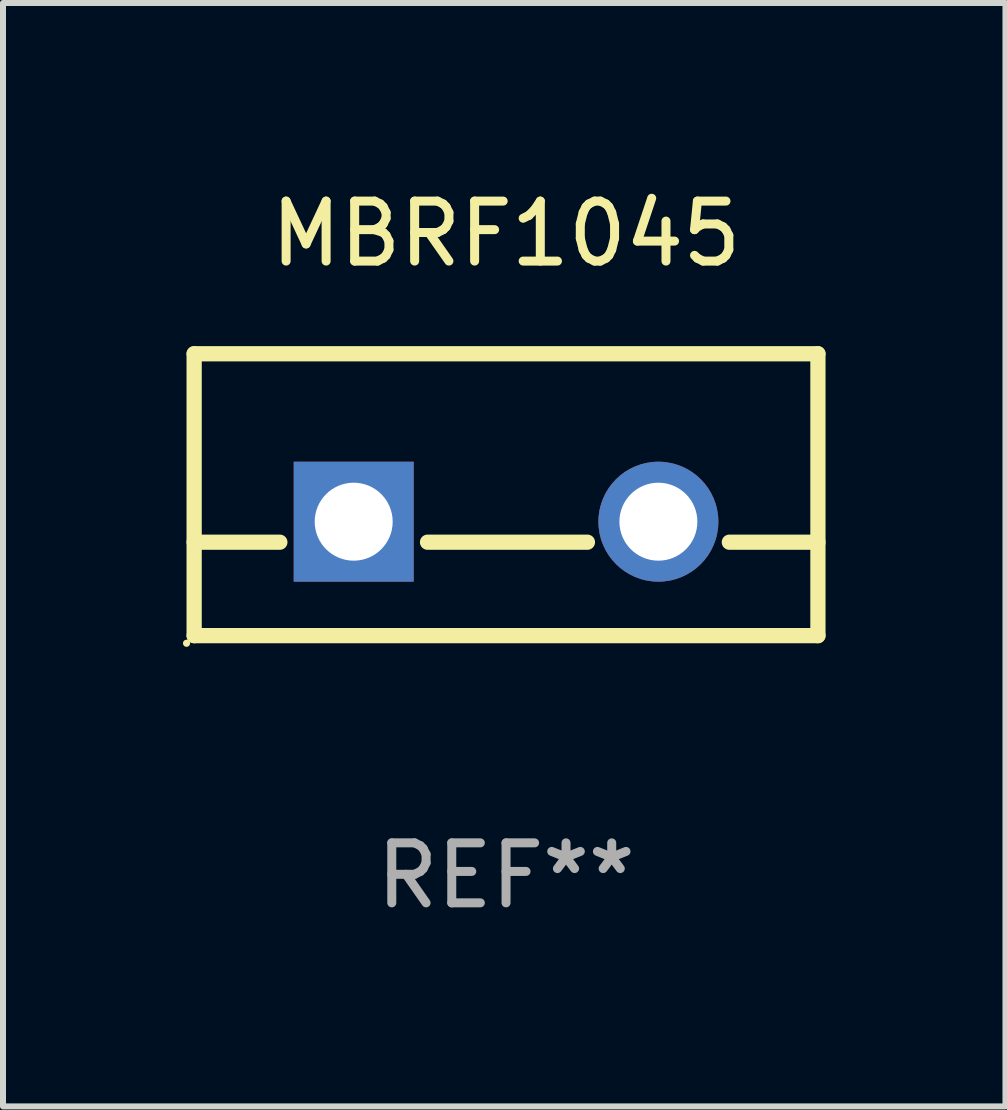
<source format=kicad_pcb>
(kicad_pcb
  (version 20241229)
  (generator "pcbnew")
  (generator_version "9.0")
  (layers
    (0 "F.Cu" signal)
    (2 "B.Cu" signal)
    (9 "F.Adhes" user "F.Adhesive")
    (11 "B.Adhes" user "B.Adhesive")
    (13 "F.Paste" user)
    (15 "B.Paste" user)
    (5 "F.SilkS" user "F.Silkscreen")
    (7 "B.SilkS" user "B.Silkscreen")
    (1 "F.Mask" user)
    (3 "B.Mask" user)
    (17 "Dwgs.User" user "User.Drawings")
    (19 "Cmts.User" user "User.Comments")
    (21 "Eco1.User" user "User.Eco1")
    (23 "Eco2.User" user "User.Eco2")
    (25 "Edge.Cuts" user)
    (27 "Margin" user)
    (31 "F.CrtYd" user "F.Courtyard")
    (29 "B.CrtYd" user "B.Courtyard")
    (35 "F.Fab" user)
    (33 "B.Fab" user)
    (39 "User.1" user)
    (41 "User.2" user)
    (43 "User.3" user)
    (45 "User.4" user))
  (footprint "MBRF1045"
    (layer "F.Cu")
    (at 5.387 5.198)
    (property "Reference" "MBRF1045" (at 0 -4.35 0) (layer "F.SilkS") (effects (font (size 1 1) (thickness 0.15))))
    (attr through_hole)
    (fp_line (start -5.2 -2.35) (end -5.2 2.35) (stroke (width 0.254) (type solid)) (layer "F.SilkS"))
    (fp_line (start -5.2 -2.35) (end 5.2 -2.35) (stroke (width 0.254) (type solid)) (layer "F.SilkS"))
    (fp_line (start -5.2 0.792) (end -3.771 0.792) (stroke (width 0.254) (type solid)) (layer "F.SilkS"))
    (fp_line (start -5.2 2.35) (end 5.2 2.35) (stroke (width 0.254) (type solid)) (layer "F.SilkS"))
    (fp_line (start -1.309 0.792) (end 1.357 0.792) (stroke (width 0.254) (type solid)) (layer "F.SilkS"))
    (fp_line (start 3.723 0.792) (end 5.2 0.792) (stroke (width 0.254) (type solid)) (layer "F.SilkS"))
    (fp_line (start 5.2 -2.35) (end 5.2 2.35) (stroke (width 0.254) (type solid)) (layer "F.SilkS"))
    (fp_circle (center -5.327 2.477) (end -5.297 2.477) (stroke (width 0.06) (type solid)) (fill no) (layer "F.SilkS"))
    (fp_text user "REF**" (at 0 6.35 0) (layer "F.Fab") (effects (font (size 1 1) (thickness 0.15))))
    (pad "1" thru_hole rect (at -2.54 0.45) (size 2 2) (drill 1.3) (layers "*.Cu" "*.Mask"))
    (pad "2" thru_hole circle (at 2.54 0.45) (size 2 2) (drill 1.3) (layers "*.Cu" "*.Mask")))
  (gr_rect
    (start -3 -3)
    (end 13.714 15.397)
    (stroke (width 0.1) (type default))
    (fill no)
    (layer "Edge.Cuts")))
</source>
